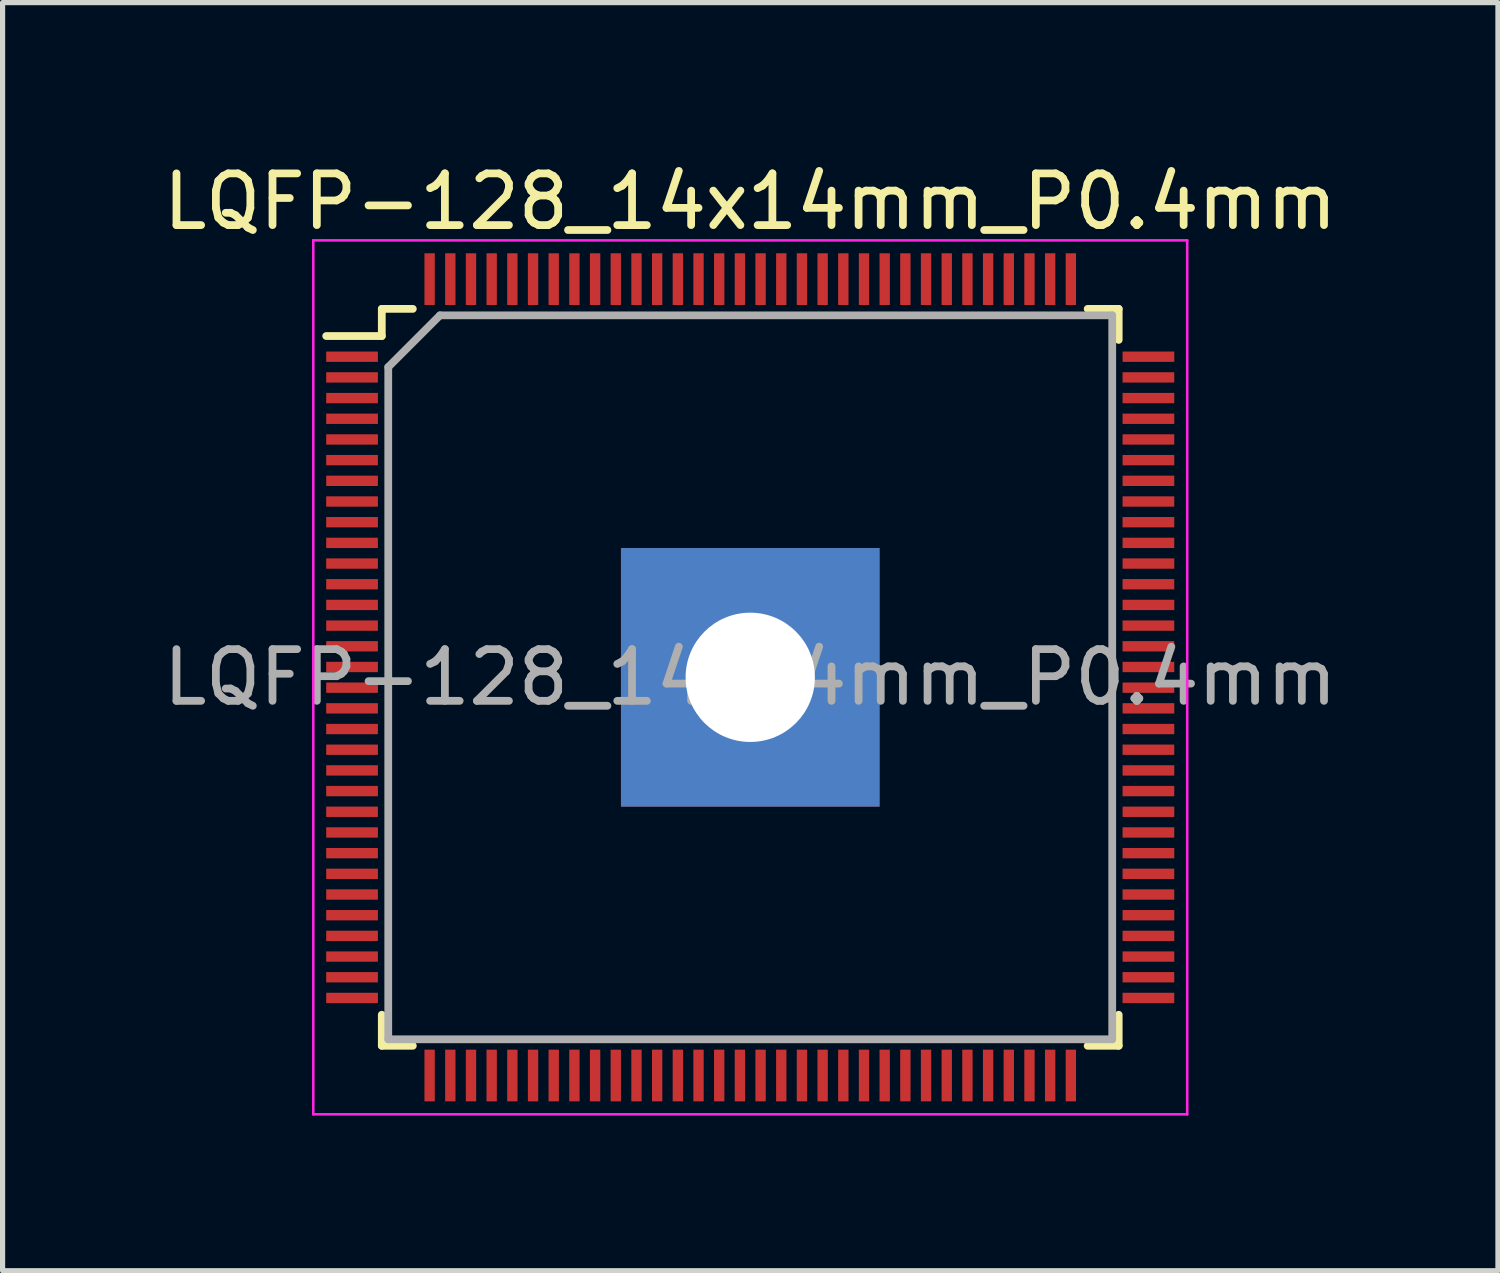
<source format=kicad_pcb>
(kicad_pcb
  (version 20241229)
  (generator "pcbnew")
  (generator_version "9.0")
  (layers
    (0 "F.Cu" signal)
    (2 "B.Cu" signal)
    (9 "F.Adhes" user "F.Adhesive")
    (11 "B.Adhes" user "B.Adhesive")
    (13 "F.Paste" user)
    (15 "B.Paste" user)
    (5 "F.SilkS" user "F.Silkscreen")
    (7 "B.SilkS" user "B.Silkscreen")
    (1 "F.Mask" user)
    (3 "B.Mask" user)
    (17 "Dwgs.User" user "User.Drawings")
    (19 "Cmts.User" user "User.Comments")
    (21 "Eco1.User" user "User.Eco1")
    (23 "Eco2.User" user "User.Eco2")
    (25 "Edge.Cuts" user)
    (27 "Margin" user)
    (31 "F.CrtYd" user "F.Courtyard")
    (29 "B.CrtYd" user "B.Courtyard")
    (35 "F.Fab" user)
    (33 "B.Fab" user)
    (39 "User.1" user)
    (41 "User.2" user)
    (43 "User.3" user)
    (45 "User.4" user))
  (footprint "LQFP-128_14x14mm_P0.4mm"
    (layer "F.Cu")
    (at 11.458 10.048)
    (property "Reference" "LQFP-128_14x14mm_P0.4mm" (at 0 -9.2 0) (layer "F.SilkS") (effects (font (size 1 1) (thickness 0.15))))
    (attr smd)
    (fp_line (start -7.125 -7.125) (end -7.125 -6.6) (stroke (width 0.15) (type solid)) (layer "F.SilkS"))
    (fp_line (start -7.125 -7.125) (end -6.525 -7.125) (stroke (width 0.15) (type solid)) (layer "F.SilkS"))
    (fp_line (start -7.125 -6.6) (end -8.2 -6.6) (stroke (width 0.15) (type solid)) (layer "F.SilkS"))
    (fp_line (start -7.125 7.125) (end -7.125 6.525) (stroke (width 0.15) (type solid)) (layer "F.SilkS"))
    (fp_line (start -7.125 7.125) (end -6.525 7.125) (stroke (width 0.15) (type solid)) (layer "F.SilkS"))
    (fp_line (start 7.125 -7.125) (end 6.525 -7.125) (stroke (width 0.15) (type solid)) (layer "F.SilkS"))
    (fp_line (start 7.125 -7.125) (end 7.125 -6.525) (stroke (width 0.15) (type solid)) (layer "F.SilkS"))
    (fp_line (start 7.125 7.125) (end 6.525 7.125) (stroke (width 0.15) (type solid)) (layer "F.SilkS"))
    (fp_line (start 7.125 7.125) (end 7.125 6.525) (stroke (width 0.15) (type solid)) (layer "F.SilkS"))
    (fp_line (start -8.45 -8.45) (end -8.45 8.45) (stroke (width 0.05) (type solid)) (layer "F.CrtYd"))
    (fp_line (start -8.45 -8.45) (end 8.45 -8.45) (stroke (width 0.05) (type solid)) (layer "F.CrtYd"))
    (fp_line (start -8.45 8.45) (end 8.45 8.45) (stroke (width 0.05) (type solid)) (layer "F.CrtYd"))
    (fp_line (start 8.45 -8.45) (end 8.45 8.45) (stroke (width 0.05) (type solid)) (layer "F.CrtYd"))
    (fp_line (start -7 -6) (end -6 -7) (stroke (width 0.15) (type solid)) (layer "F.Fab"))
    (fp_line (start -7 7) (end -7 -6) (stroke (width 0.15) (type solid)) (layer "F.Fab"))
    (fp_line (start -6 -7) (end 7 -7) (stroke (width 0.15) (type solid)) (layer "F.Fab"))
    (fp_line (start 7 -7) (end 7 7) (stroke (width 0.15) (type solid)) (layer "F.Fab"))
    (fp_line (start 7 7) (end -7 7) (stroke (width 0.15) (type solid)) (layer "F.Fab"))
    (fp_text user "${REFERENCE}" (at 0 0 0) (layer "F.Fab") (effects (font (size 1 1) (thickness 0.15))))
    (pad "1" smd rect (at -7.7 -6.2) (size 1 0.2) (layers "F.Cu" "F.Mask" "F.Paste"))
    (pad "2" smd rect (at -7.7 -5.8) (size 1 0.2) (layers "F.Cu" "F.Mask" "F.Paste"))
    (pad "3" smd rect (at -7.7 -5.4) (size 1 0.2) (layers "F.Cu" "F.Mask" "F.Paste"))
    (pad "4" smd rect (at -7.7 -5) (size 1 0.2) (layers "F.Cu" "F.Mask" "F.Paste"))
    (pad "5" smd rect (at -7.7 -4.6) (size 1 0.2) (layers "F.Cu" "F.Mask" "F.Paste"))
    (pad "6" smd rect (at -7.7 -4.2) (size 1 0.2) (layers "F.Cu" "F.Mask" "F.Paste"))
    (pad "7" smd rect (at -7.7 -3.8) (size 1 0.2) (layers "F.Cu" "F.Mask" "F.Paste"))
    (pad "8" smd rect (at -7.7 -3.4) (size 1 0.2) (layers "F.Cu" "F.Mask" "F.Paste"))
    (pad "9" smd rect (at -7.7 -3) (size 1 0.2) (layers "F.Cu" "F.Mask" "F.Paste"))
    (pad "10" smd rect (at -7.7 -2.6) (size 1 0.2) (layers "F.Cu" "F.Mask" "F.Paste"))
    (pad "11" smd rect (at -7.7 -2.2) (size 1 0.2) (layers "F.Cu" "F.Mask" "F.Paste"))
    (pad "12" smd rect (at -7.7 -1.8) (size 1 0.2) (layers "F.Cu" "F.Mask" "F.Paste"))
    (pad "13" smd rect (at -7.7 -1.4) (size 1 0.2) (layers "F.Cu" "F.Mask" "F.Paste"))
    (pad "14" smd rect (at -7.7 -1) (size 1 0.2) (layers "F.Cu" "F.Mask" "F.Paste"))
    (pad "15" smd rect (at -7.7 -0.6) (size 1 0.2) (layers "F.Cu" "F.Mask" "F.Paste"))
    (pad "16" smd rect (at -7.7 -0.2) (size 1 0.2) (layers "F.Cu" "F.Mask" "F.Paste"))
    (pad "17" smd rect (at -7.7 0.2) (size 1 0.2) (layers "F.Cu" "F.Mask" "F.Paste"))
    (pad "18" smd rect (at -7.7 0.6) (size 1 0.2) (layers "F.Cu" "F.Mask" "F.Paste"))
    (pad "19" smd rect (at -7.7 1) (size 1 0.2) (layers "F.Cu" "F.Mask" "F.Paste"))
    (pad "20" smd rect (at -7.7 1.4) (size 1 0.2) (layers "F.Cu" "F.Mask" "F.Paste"))
    (pad "21" smd rect (at -7.7 1.8) (size 1 0.2) (layers "F.Cu" "F.Mask" "F.Paste"))
    (pad "22" smd rect (at -7.7 2.2) (size 1 0.2) (layers "F.Cu" "F.Mask" "F.Paste"))
    (pad "23" smd rect (at -7.7 2.6) (size 1 0.2) (layers "F.Cu" "F.Mask" "F.Paste"))
    (pad "24" smd rect (at -7.7 3) (size 1 0.2) (layers "F.Cu" "F.Mask" "F.Paste"))
    (pad "25" smd rect (at -7.7 3.4) (size 1 0.2) (layers "F.Cu" "F.Mask" "F.Paste"))
    (pad "26" smd rect (at -7.7 3.8) (size 1 0.2) (layers "F.Cu" "F.Mask" "F.Paste"))
    (pad "27" smd rect (at -7.7 4.2) (size 1 0.2) (layers "F.Cu" "F.Mask" "F.Paste"))
    (pad "28" smd rect (at -7.7 4.6) (size 1 0.2) (layers "F.Cu" "F.Mask" "F.Paste"))
    (pad "29" smd rect (at -7.7 5) (size 1 0.2) (layers "F.Cu" "F.Mask" "F.Paste"))
    (pad "30" smd rect (at -7.7 5.4) (size 1 0.2) (layers "F.Cu" "F.Mask" "F.Paste"))
    (pad "31" smd rect (at -7.7 5.8) (size 1 0.2) (layers "F.Cu" "F.Mask" "F.Paste"))
    (pad "32" smd rect (at -7.7 6.2) (size 1 0.2) (layers "F.Cu" "F.Mask" "F.Paste"))
    (pad "33" smd rect (at -6.2 7.7 90) (size 1 0.2) (layers "F.Cu" "F.Mask" "F.Paste"))
    (pad "34" smd rect (at -5.8 7.7 90) (size 1 0.2) (layers "F.Cu" "F.Mask" "F.Paste"))
    (pad "35" smd rect (at -5.4 7.7 90) (size 1 0.2) (layers "F.Cu" "F.Mask" "F.Paste"))
    (pad "36" smd rect (at -5 7.7 90) (size 1 0.2) (layers "F.Cu" "F.Mask" "F.Paste"))
    (pad "37" smd rect (at -4.6 7.7 90) (size 1 0.2) (layers "F.Cu" "F.Mask" "F.Paste"))
    (pad "38" smd rect (at -4.2 7.7 90) (size 1 0.2) (layers "F.Cu" "F.Mask" "F.Paste"))
    (pad "39" smd rect (at -3.8 7.7 90) (size 1 0.2) (layers "F.Cu" "F.Mask" "F.Paste"))
    (pad "40" smd rect (at -3.4 7.7 90) (size 1 0.2) (layers "F.Cu" "F.Mask" "F.Paste"))
    (pad "41" smd rect (at -3 7.7 90) (size 1 0.2) (layers "F.Cu" "F.Mask" "F.Paste"))
    (pad "42" smd rect (at -2.6 7.7 90) (size 1 0.2) (layers "F.Cu" "F.Mask" "F.Paste"))
    (pad "43" smd rect (at -2.2 7.7 90) (size 1 0.2) (layers "F.Cu" "F.Mask" "F.Paste"))
    (pad "44" smd rect (at -1.8 7.7 90) (size 1 0.2) (layers "F.Cu" "F.Mask" "F.Paste"))
    (pad "45" smd rect (at -1.4 7.7 90) (size 1 0.2) (layers "F.Cu" "F.Mask" "F.Paste"))
    (pad "46" smd rect (at -1 7.7 90) (size 1 0.2) (layers "F.Cu" "F.Mask" "F.Paste"))
    (pad "47" smd rect (at -0.6 7.7 90) (size 1 0.2) (layers "F.Cu" "F.Mask" "F.Paste"))
    (pad "48" smd rect (at -0.2 7.7 90) (size 1 0.2) (layers "F.Cu" "F.Mask" "F.Paste"))
    (pad "49" smd rect (at 0.2 7.7 90) (size 1 0.2) (layers "F.Cu" "F.Mask" "F.Paste"))
    (pad "50" smd rect (at 0.6 7.7 90) (size 1 0.2) (layers "F.Cu" "F.Mask" "F.Paste"))
    (pad "51" smd rect (at 1 7.7 90) (size 1 0.2) (layers "F.Cu" "F.Mask" "F.Paste"))
    (pad "52" smd rect (at 1.4 7.7 90) (size 1 0.2) (layers "F.Cu" "F.Mask" "F.Paste"))
    (pad "53" smd rect (at 1.8 7.7 90) (size 1 0.2) (layers "F.Cu" "F.Mask" "F.Paste"))
    (pad "54" smd rect (at 2.2 7.7 90) (size 1 0.2) (layers "F.Cu" "F.Mask" "F.Paste"))
    (pad "55" smd rect (at 2.6 7.7 90) (size 1 0.2) (layers "F.Cu" "F.Mask" "F.Paste"))
    (pad "56" smd rect (at 3 7.7 90) (size 1 0.2) (layers "F.Cu" "F.Mask" "F.Paste"))
    (pad "57" smd rect (at 3.4 7.7 90) (size 1 0.2) (layers "F.Cu" "F.Mask" "F.Paste"))
    (pad "58" smd rect (at 3.8 7.7 90) (size 1 0.2) (layers "F.Cu" "F.Mask" "F.Paste"))
    (pad "59" smd rect (at 4.2 7.7 90) (size 1 0.2) (layers "F.Cu" "F.Mask" "F.Paste"))
    (pad "60" smd rect (at 4.6 7.7 90) (size 1 0.2) (layers "F.Cu" "F.Mask" "F.Paste"))
    (pad "61" smd rect (at 5 7.7 90) (size 1 0.2) (layers "F.Cu" "F.Mask" "F.Paste"))
    (pad "62" smd rect (at 5.4 7.7 90) (size 1 0.2) (layers "F.Cu" "F.Mask" "F.Paste"))
    (pad "63" smd rect (at 5.8 7.7 90) (size 1 0.2) (layers "F.Cu" "F.Mask" "F.Paste"))
    (pad "64" smd rect (at 6.2 7.7 90) (size 1 0.2) (layers "F.Cu" "F.Mask" "F.Paste"))
    (pad "65" smd rect (at 7.7 6.2) (size 1 0.2) (layers "F.Cu" "F.Mask" "F.Paste"))
    (pad "66" smd rect (at 7.7 5.8) (size 1 0.2) (layers "F.Cu" "F.Mask" "F.Paste"))
    (pad "67" smd rect (at 7.7 5.4) (size 1 0.2) (layers "F.Cu" "F.Mask" "F.Paste"))
    (pad "68" smd rect (at 7.7 5) (size 1 0.2) (layers "F.Cu" "F.Mask" "F.Paste"))
    (pad "69" smd rect (at 7.7 4.6) (size 1 0.2) (layers "F.Cu" "F.Mask" "F.Paste"))
    (pad "70" smd rect (at 7.7 4.2) (size 1 0.2) (layers "F.Cu" "F.Mask" "F.Paste"))
    (pad "71" smd rect (at 7.7 3.8) (size 1 0.2) (layers "F.Cu" "F.Mask" "F.Paste"))
    (pad "72" smd rect (at 7.7 3.4) (size 1 0.2) (layers "F.Cu" "F.Mask" "F.Paste"))
    (pad "73" smd rect (at 7.7 3) (size 1 0.2) (layers "F.Cu" "F.Mask" "F.Paste"))
    (pad "74" smd rect (at 7.7 2.6) (size 1 0.2) (layers "F.Cu" "F.Mask" "F.Paste"))
    (pad "75" smd rect (at 7.7 2.2) (size 1 0.2) (layers "F.Cu" "F.Mask" "F.Paste"))
    (pad "76" smd rect (at 7.7 1.8) (size 1 0.2) (layers "F.Cu" "F.Mask" "F.Paste"))
    (pad "77" smd rect (at 7.7 1.4) (size 1 0.2) (layers "F.Cu" "F.Mask" "F.Paste"))
    (pad "78" smd rect (at 7.7 1) (size 1 0.2) (layers "F.Cu" "F.Mask" "F.Paste"))
    (pad "79" smd rect (at 7.7 0.6) (size 1 0.2) (layers "F.Cu" "F.Mask" "F.Paste"))
    (pad "80" smd rect (at 7.7 0.2) (size 1 0.2) (layers "F.Cu" "F.Mask" "F.Paste"))
    (pad "81" smd rect (at 7.7 -0.2) (size 1 0.2) (layers "F.Cu" "F.Mask" "F.Paste"))
    (pad "82" smd rect (at 7.7 -0.6) (size 1 0.2) (layers "F.Cu" "F.Mask" "F.Paste"))
    (pad "83" smd rect (at 7.7 -1) (size 1 0.2) (layers "F.Cu" "F.Mask" "F.Paste"))
    (pad "84" smd rect (at 7.7 -1.4) (size 1 0.2) (layers "F.Cu" "F.Mask" "F.Paste"))
    (pad "85" smd rect (at 7.7 -1.8) (size 1 0.2) (layers "F.Cu" "F.Mask" "F.Paste"))
    (pad "86" smd rect (at 7.7 -2.2) (size 1 0.2) (layers "F.Cu" "F.Mask" "F.Paste"))
    (pad "87" smd rect (at 7.7 -2.6) (size 1 0.2) (layers "F.Cu" "F.Mask" "F.Paste"))
    (pad "88" smd rect (at 7.7 -3) (size 1 0.2) (layers "F.Cu" "F.Mask" "F.Paste"))
    (pad "89" smd rect (at 7.7 -3.4) (size 1 0.2) (layers "F.Cu" "F.Mask" "F.Paste"))
    (pad "90" smd rect (at 7.7 -3.8) (size 1 0.2) (layers "F.Cu" "F.Mask" "F.Paste"))
    (pad "91" smd rect (at 7.7 -4.2) (size 1 0.2) (layers "F.Cu" "F.Mask" "F.Paste"))
    (pad "92" smd rect (at 7.7 -4.6) (size 1 0.2) (layers "F.Cu" "F.Mask" "F.Paste"))
    (pad "93" smd rect (at 7.7 -5) (size 1 0.2) (layers "F.Cu" "F.Mask" "F.Paste"))
    (pad "94" smd rect (at 7.7 -5.4) (size 1 0.2) (layers "F.Cu" "F.Mask" "F.Paste"))
    (pad "95" smd rect (at 7.7 -5.8) (size 1 0.2) (layers "F.Cu" "F.Mask" "F.Paste"))
    (pad "96" smd rect (at 7.7 -6.2) (size 1 0.2) (layers "F.Cu" "F.Mask" "F.Paste"))
    (pad "97" smd rect (at 6.2 -7.7 90) (size 1 0.2) (layers "F.Cu" "F.Mask" "F.Paste"))
    (pad "98" smd rect (at 5.8 -7.7 90) (size 1 0.2) (layers "F.Cu" "F.Mask" "F.Paste"))
    (pad "99" smd rect (at 5.4 -7.7 90) (size 1 0.2) (layers "F.Cu" "F.Mask" "F.Paste"))
    (pad "100" smd rect (at 5 -7.7 90) (size 1 0.2) (layers "F.Cu" "F.Mask" "F.Paste"))
    (pad "101" smd rect (at 4.6 -7.7 90) (size 1 0.2) (layers "F.Cu" "F.Mask" "F.Paste"))
    (pad "102" smd rect (at 4.2 -7.7 90) (size 1 0.2) (layers "F.Cu" "F.Mask" "F.Paste"))
    (pad "103" smd rect (at 3.8 -7.7 90) (size 1 0.2) (layers "F.Cu" "F.Mask" "F.Paste"))
    (pad "104" smd rect (at 3.4 -7.7 90) (size 1 0.2) (layers "F.Cu" "F.Mask" "F.Paste"))
    (pad "105" smd rect (at 3 -7.7 90) (size 1 0.2) (layers "F.Cu" "F.Mask" "F.Paste"))
    (pad "106" smd rect (at 2.6 -7.7 90) (size 1 0.2) (layers "F.Cu" "F.Mask" "F.Paste"))
    (pad "107" smd rect (at 2.2 -7.7 90) (size 1 0.2) (layers "F.Cu" "F.Mask" "F.Paste"))
    (pad "108" smd rect (at 1.8 -7.7 90) (size 1 0.2) (layers "F.Cu" "F.Mask" "F.Paste"))
    (pad "109" smd rect (at 1.4 -7.7 90) (size 1 0.2) (layers "F.Cu" "F.Mask" "F.Paste"))
    (pad "110" smd rect (at 1 -7.7 90) (size 1 0.2) (layers "F.Cu" "F.Mask" "F.Paste"))
    (pad "111" smd rect (at 0.6 -7.7 90) (size 1 0.2) (layers "F.Cu" "F.Mask" "F.Paste"))
    (pad "112" smd rect (at 0.2 -7.7 90) (size 1 0.2) (layers "F.Cu" "F.Mask" "F.Paste"))
    (pad "113" smd rect (at -0.2 -7.7 90) (size 1 0.2) (layers "F.Cu" "F.Mask" "F.Paste"))
    (pad "114" smd rect (at -0.6 -7.7 90) (size 1 0.2) (layers "F.Cu" "F.Mask" "F.Paste"))
    (pad "115" smd rect (at -1 -7.7 90) (size 1 0.2) (layers "F.Cu" "F.Mask" "F.Paste"))
    (pad "116" smd rect (at -1.4 -7.7 90) (size 1 0.2) (layers "F.Cu" "F.Mask" "F.Paste"))
    (pad "117" smd rect (at -1.8 -7.7 90) (size 1 0.2) (layers "F.Cu" "F.Mask" "F.Paste"))
    (pad "118" smd rect (at -2.2 -7.7 90) (size 1 0.2) (layers "F.Cu" "F.Mask" "F.Paste"))
    (pad "119" smd rect (at -2.6 -7.7 90) (size 1 0.2) (layers "F.Cu" "F.Mask" "F.Paste"))
    (pad "120" smd rect (at -3 -7.7 90) (size 1 0.2) (layers "F.Cu" "F.Mask" "F.Paste"))
    (pad "121" smd rect (at -3.4 -7.7 90) (size 1 0.2) (layers "F.Cu" "F.Mask" "F.Paste"))
    (pad "122" smd rect (at -3.8 -7.7 90) (size 1 0.2) (layers "F.Cu" "F.Mask" "F.Paste"))
    (pad "123" smd rect (at -4.2 -7.7 90) (size 1 0.2) (layers "F.Cu" "F.Mask" "F.Paste"))
    (pad "124" smd rect (at -4.6 -7.7 90) (size 1 0.2) (layers "F.Cu" "F.Mask" "F.Paste"))
    (pad "125" smd rect (at -5 -7.7 90) (size 1 0.2) (layers "F.Cu" "F.Mask" "F.Paste"))
    (pad "126" smd rect (at -5.4 -7.7 90) (size 1 0.2) (layers "F.Cu" "F.Mask" "F.Paste"))
    (pad "127" smd rect (at -5.8 -7.7 90) (size 1 0.2) (layers "F.Cu" "F.Mask" "F.Paste"))
    (pad "128" smd rect (at -6.2 -7.7 90) (size 1 0.2) (layers "F.Cu" "F.Mask" "F.Paste"))
    (pad "129" thru_hole rect (at 0 0) (size 5 5) (drill 2.5) (layers "*.Cu" "*.Mask")))
  (gr_rect
    (start -3 -3)
    (end 25.917 21.523)
    (stroke (width 0.1) (type default))
    (fill no)
    (layer "Edge.Cuts")))
</source>
